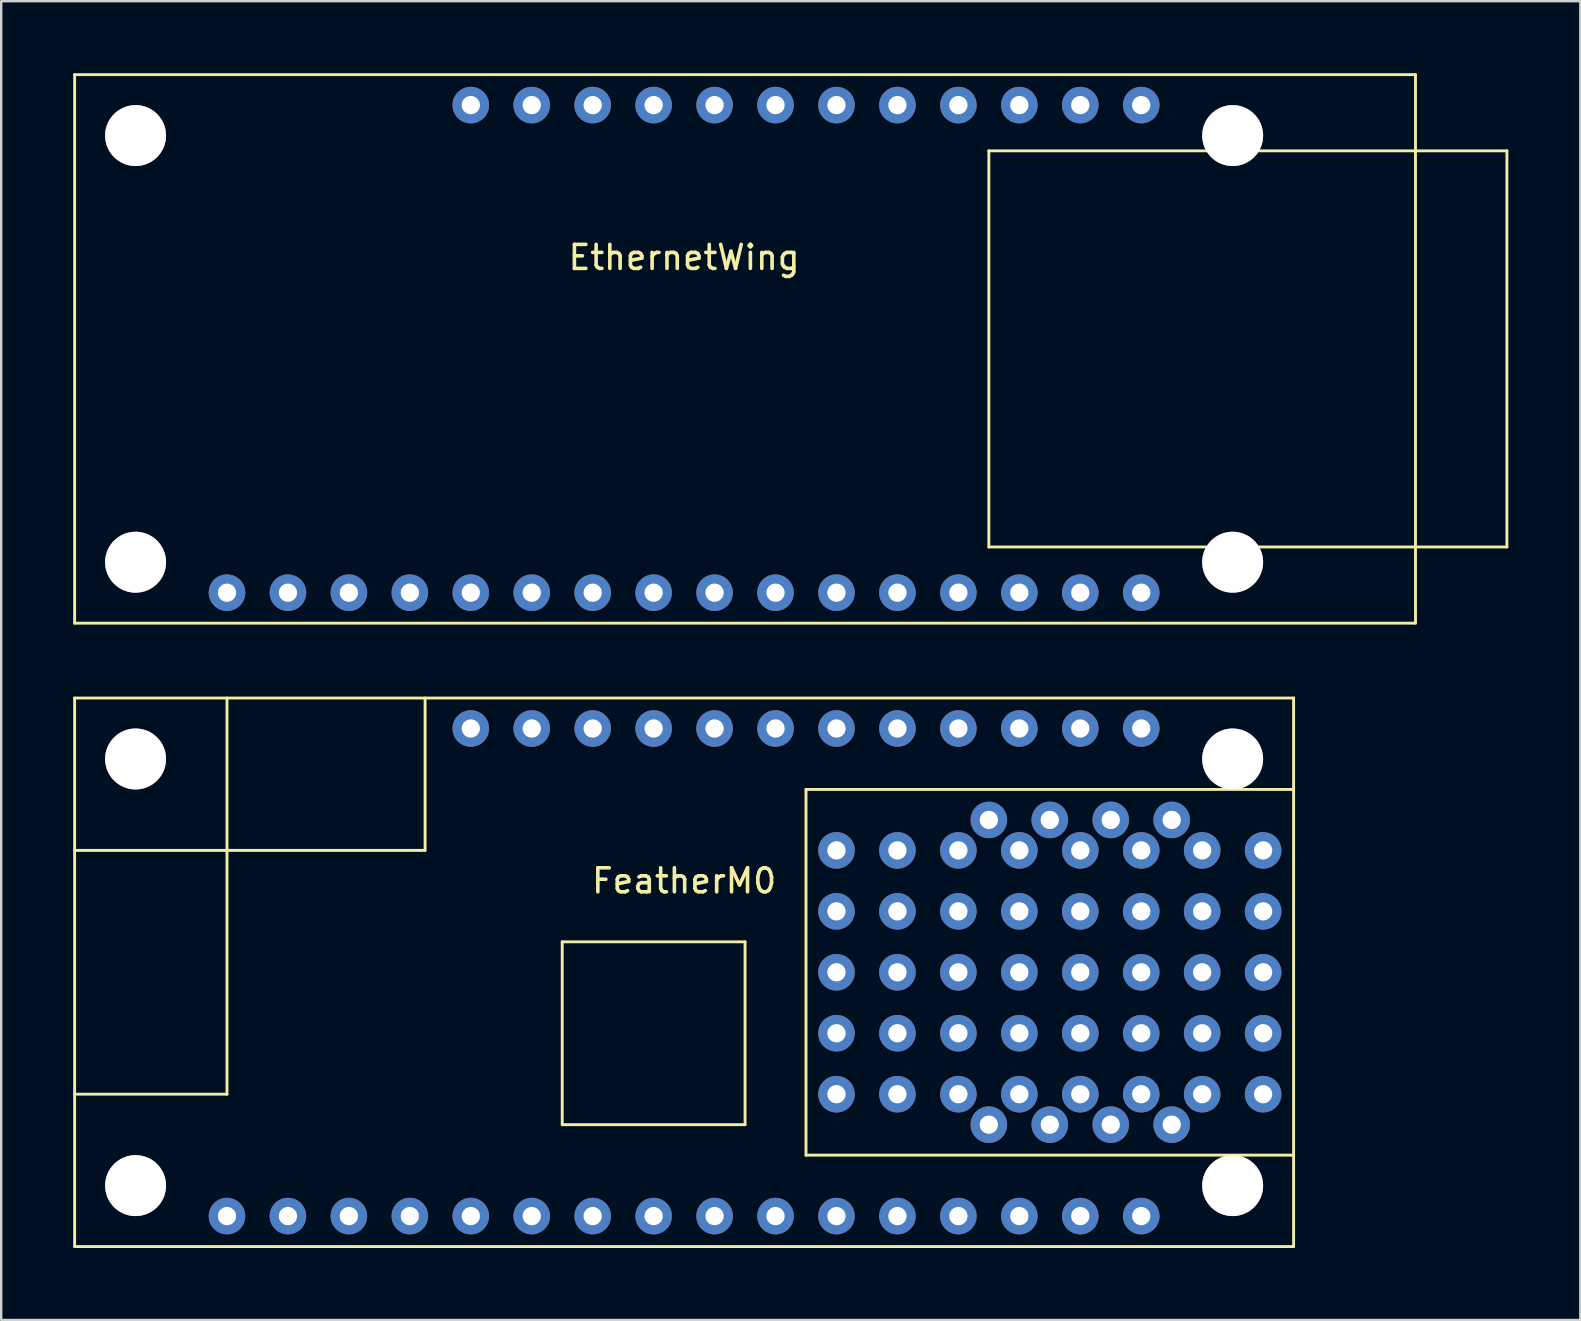
<source format=kicad_pcb>
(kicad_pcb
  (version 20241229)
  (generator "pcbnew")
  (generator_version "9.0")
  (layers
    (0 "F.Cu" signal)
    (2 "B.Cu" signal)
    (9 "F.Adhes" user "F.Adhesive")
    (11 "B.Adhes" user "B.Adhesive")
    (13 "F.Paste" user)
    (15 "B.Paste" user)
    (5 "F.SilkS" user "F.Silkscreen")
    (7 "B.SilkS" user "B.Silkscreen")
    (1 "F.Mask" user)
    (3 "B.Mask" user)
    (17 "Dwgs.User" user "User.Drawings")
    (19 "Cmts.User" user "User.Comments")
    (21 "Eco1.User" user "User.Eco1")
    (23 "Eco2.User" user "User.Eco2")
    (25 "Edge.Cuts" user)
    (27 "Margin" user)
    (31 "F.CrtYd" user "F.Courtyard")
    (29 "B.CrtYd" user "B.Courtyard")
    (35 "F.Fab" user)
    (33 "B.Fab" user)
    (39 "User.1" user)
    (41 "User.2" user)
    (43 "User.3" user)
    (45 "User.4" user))
  (footprint "EthernetWing"
    (layer "F.Cu")
    (at 25.46 11.49)
    (property "Reference" "EthernetWing" (at 0 -3.81 0) (layer "F.SilkS") (effects (font (size 1 1) (thickness 0.15))))
    (attr through_hole)
    (fp_line (start -25.4 -11.43) (end 30.48 -11.43) (stroke (width 0.12) (type solid)) (layer "F.SilkS"))
    (fp_line (start -25.4 11.43) (end -25.4 -11.43) (stroke (width 0.12) (type solid)) (layer "F.SilkS"))
    (fp_line (start 12.7 -8.255) (end 12.7 8.255) (stroke (width 0.12) (type solid)) (layer "F.SilkS"))
    (fp_line (start 12.7 8.255) (end 34.29 8.255) (stroke (width 0.12) (type solid)) (layer "F.SilkS"))
    (fp_line (start 30.48 -11.43) (end 30.48 11.43) (stroke (width 0.12) (type solid)) (layer "F.SilkS"))
    (fp_line (start 30.48 11.43) (end -25.4 11.43) (stroke (width 0.12) (type solid)) (layer "F.SilkS"))
    (fp_line (start 34.29 -8.255) (end 12.7 -8.255) (stroke (width 0.12) (type solid)) (layer "F.SilkS"))
    (fp_line (start 34.29 8.255) (end 34.29 -8.255) (stroke (width 0.12) (type solid)) (layer "F.SilkS"))
    (pad "" thru_hole circle (at -22.86 -8.89) (size 2.54 2.54) (drill 2.54) (layers "*.Cu" "*.Mask"))
    (pad "" thru_hole circle (at -22.86 8.89) (size 2.54 2.54) (drill 2.54) (layers "*.Cu" "*.Mask"))
    (pad "" thru_hole circle (at 22.86 -8.89) (size 2.54 2.54) (drill 2.54) (layers "*.Cu" "*.Mask"))
    (pad "" thru_hole circle (at 22.86 8.89) (size 2.54 2.54) (drill 2.54) (layers "*.Cu" "*.Mask"))
    (pad "1" thru_hole circle (at -19.05 10.16) (size 1.524 1.524) (drill 0.762) (layers "*.Cu" "*.Mask"))
    (pad "2" thru_hole circle (at -16.51 10.16) (size 1.524 1.524) (drill 0.762) (layers "*.Cu" "*.Mask"))
    (pad "3" thru_hole circle (at -13.97 10.16) (size 1.524 1.524) (drill 0.762) (layers "*.Cu" "*.Mask"))
    (pad "4" thru_hole circle (at -11.43 10.16) (size 1.524 1.524) (drill 0.762) (layers "*.Cu" "*.Mask"))
    (pad "5" thru_hole circle (at -8.89 10.16) (size 1.524 1.524) (drill 0.762) (layers "*.Cu" "*.Mask"))
    (pad "6" thru_hole circle (at -6.35 10.16) (size 1.524 1.524) (drill 0.762) (layers "*.Cu" "*.Mask"))
    (pad "7" thru_hole circle (at -3.81 10.16) (size 1.524 1.524) (drill 0.762) (layers "*.Cu" "*.Mask"))
    (pad "8" thru_hole circle (at -1.27 10.16) (size 1.524 1.524) (drill 0.762) (layers "*.Cu" "*.Mask"))
    (pad "9" thru_hole circle (at 1.27 10.16) (size 1.524 1.524) (drill 0.762) (layers "*.Cu" "*.Mask"))
    (pad "10" thru_hole circle (at 3.81 10.16) (size 1.524 1.524) (drill 0.762) (layers "*.Cu" "*.Mask"))
    (pad "11" thru_hole circle (at 6.35 10.16) (size 1.524 1.524) (drill 0.762) (layers "*.Cu" "*.Mask"))
    (pad "12" thru_hole circle (at 8.89 10.16) (size 1.524 1.524) (drill 0.762) (layers "*.Cu" "*.Mask"))
    (pad "13" thru_hole circle (at 11.43 10.16) (size 1.524 1.524) (drill 0.762) (layers "*.Cu" "*.Mask"))
    (pad "14" thru_hole circle (at 13.97 10.16) (size 1.524 1.524) (drill 0.762) (layers "*.Cu" "*.Mask"))
    (pad "15" thru_hole circle (at 16.51 10.16) (size 1.524 1.524) (drill 0.762) (layers "*.Cu" "*.Mask"))
    (pad "16" thru_hole circle (at 19.05 10.16) (size 1.524 1.524) (drill 0.762) (layers "*.Cu" "*.Mask"))
    (pad "17" thru_hole circle (at 19.05 -10.16) (size 1.524 1.524) (drill 0.762) (layers "*.Cu" "*.Mask"))
    (pad "18" thru_hole circle (at 16.51 -10.16) (size 1.524 1.524) (drill 0.762) (layers "*.Cu" "*.Mask"))
    (pad "19" thru_hole circle (at 13.97 -10.16) (size 1.524 1.524) (drill 0.762) (layers "*.Cu" "*.Mask"))
    (pad "20" thru_hole circle (at 11.43 -10.16) (size 1.524 1.524) (drill 0.762) (layers "*.Cu" "*.Mask"))
    (pad "21" thru_hole circle (at 8.89 -10.16) (size 1.524 1.524) (drill 0.762) (layers "*.Cu" "*.Mask"))
    (pad "22" thru_hole circle (at 6.35 -10.16) (size 1.524 1.524) (drill 0.762) (layers "*.Cu" "*.Mask"))
    (pad "23" thru_hole circle (at 3.81 -10.16) (size 1.524 1.524) (drill 0.762) (layers "*.Cu" "*.Mask"))
    (pad "24" thru_hole circle (at 1.27 -10.16) (size 1.524 1.524) (drill 0.762) (layers "*.Cu" "*.Mask"))
    (pad "25" thru_hole circle (at -1.27 -10.16) (size 1.524 1.524) (drill 0.762) (layers "*.Cu" "*.Mask"))
    (pad "26" thru_hole circle (at -3.81 -10.16) (size 1.524 1.524) (drill 0.762) (layers "*.Cu" "*.Mask"))
    (pad "27" thru_hole circle (at -6.35 -10.16) (size 1.524 1.524) (drill 0.762) (layers "*.Cu" "*.Mask"))
    (pad "28" thru_hole circle (at -8.89 -10.16) (size 1.524 1.524) (drill 0.762) (layers "*.Cu" "*.Mask")))
  (footprint "FeatherM0"
    (layer "F.Cu")
    (at 25.46 37.47)
    (property "Reference" "FeatherM0" (at 0 -3.81 0) (layer "F.SilkS") (effects (font (size 1 1) (thickness 0.15))))
    (attr through_hole)
    (fp_line (start -25.4 -11.43) (end 25.4 -11.43) (stroke (width 0.12) (type solid)) (layer "F.SilkS"))
    (fp_line (start -25.4 -5.08) (end -19.05 -5.08) (stroke (width 0.12) (type solid)) (layer "F.SilkS"))
    (fp_line (start -25.4 11.43) (end -25.4 -11.43) (stroke (width 0.12) (type solid)) (layer "F.SilkS"))
    (fp_line (start -19.05 -5.08) (end -19.05 -11.43) (stroke (width 0.12) (type solid)) (layer "F.SilkS"))
    (fp_line (start -19.05 -5.08) (end -19.05 5.08) (stroke (width 0.12) (type solid)) (layer "F.SilkS"))
    (fp_line (start -19.05 5.08) (end -25.4 5.08) (stroke (width 0.12) (type solid)) (layer "F.SilkS"))
    (fp_line (start -10.795 -11.43) (end -10.795 -5.08) (stroke (width 0.12) (type solid)) (layer "F.SilkS"))
    (fp_line (start -10.795 -5.08) (end -19.05 -5.08) (stroke (width 0.12) (type solid)) (layer "F.SilkS"))
    (fp_line (start -5.08 -1.27) (end -5.08 6.35) (stroke (width 0.12) (type solid)) (layer "F.SilkS"))
    (fp_line (start -5.08 6.35) (end 2.54 6.35) (stroke (width 0.12) (type solid)) (layer "F.SilkS"))
    (fp_line (start 2.54 -1.27) (end -5.08 -1.27) (stroke (width 0.12) (type solid)) (layer "F.SilkS"))
    (fp_line (start 2.54 6.35) (end 2.54 -1.27) (stroke (width 0.12) (type solid)) (layer "F.SilkS"))
    (fp_line (start 5.08 -7.62) (end 25.4 -7.62) (stroke (width 0.12) (type solid)) (layer "F.SilkS"))
    (fp_line (start 5.08 7.62) (end 5.08 -7.62) (stroke (width 0.12) (type solid)) (layer "F.SilkS"))
    (fp_line (start 5.08 7.62) (end 25.4 7.62) (stroke (width 0.12) (type solid)) (layer "F.SilkS"))
    (fp_line (start 25.4 -11.43) (end 25.4 11.43) (stroke (width 0.12) (type solid)) (layer "F.SilkS"))
    (fp_line (start 25.4 11.43) (end -25.4 11.43) (stroke (width 0.12) (type solid)) (layer "F.SilkS"))
    (pad "" thru_hole circle (at -22.86 -8.89) (size 2.54 2.54) (drill 2.54) (layers "*.Cu" "*.Mask"))
    (pad "" thru_hole circle (at -22.86 8.89) (size 2.54 2.54) (drill 2.54) (layers "*.Cu" "*.Mask"))
    (pad "" thru_hole circle (at 6.35 -5.08) (size 1.524 1.524) (drill 0.762) (layers "*.Cu" "*.Mask"))
    (pad "" thru_hole circle (at 6.35 -2.54) (size 1.524 1.524) (drill 0.762) (layers "*.Cu" "*.Mask"))
    (pad "" thru_hole circle (at 6.35 0) (size 1.524 1.524) (drill 0.762) (layers "*.Cu" "*.Mask"))
    (pad "" thru_hole circle (at 6.35 2.54) (size 1.524 1.524) (drill 0.762) (layers "*.Cu" "*.Mask"))
    (pad "" thru_hole circle (at 6.35 5.08) (size 1.524 1.524) (drill 0.762) (layers "*.Cu" "*.Mask"))
    (pad "" thru_hole circle (at 8.89 -5.08) (size 1.524 1.524) (drill 0.762) (layers "*.Cu" "*.Mask"))
    (pad "" thru_hole circle (at 8.89 -2.54) (size 1.524 1.524) (drill 0.762) (layers "*.Cu" "*.Mask"))
    (pad "" thru_hole circle (at 8.89 0) (size 1.524 1.524) (drill 0.762) (layers "*.Cu" "*.Mask"))
    (pad "" thru_hole circle (at 8.89 2.54) (size 1.524 1.524) (drill 0.762) (layers "*.Cu" "*.Mask"))
    (pad "" thru_hole circle (at 8.89 5.08) (size 1.524 1.524) (drill 0.762) (layers "*.Cu" "*.Mask"))
    (pad "" thru_hole circle (at 11.43 -5.08) (size 1.524 1.524) (drill 0.762) (layers "*.Cu" "*.Mask"))
    (pad "" thru_hole circle (at 11.43 -2.54) (size 1.524 1.524) (drill 0.762) (layers "*.Cu" "*.Mask"))
    (pad "" thru_hole circle (at 11.43 0) (size 1.524 1.524) (drill 0.762) (layers "*.Cu" "*.Mask"))
    (pad "" thru_hole circle (at 11.43 2.54) (size 1.524 1.524) (drill 0.762) (layers "*.Cu" "*.Mask"))
    (pad "" thru_hole circle (at 11.43 5.08) (size 1.524 1.524) (drill 0.762) (layers "*.Cu" "*.Mask"))
    (pad "" thru_hole circle (at 13.97 -5.08) (size 1.524 1.524) (drill 0.762) (layers "*.Cu" "*.Mask"))
    (pad "" thru_hole circle (at 13.97 -2.54) (size 1.524 1.524) (drill 0.762) (layers "*.Cu" "*.Mask"))
    (pad "" thru_hole circle (at 13.97 0) (size 1.524 1.524) (drill 0.762) (layers "*.Cu" "*.Mask"))
    (pad "" thru_hole circle (at 13.97 2.54) (size 1.524 1.524) (drill 0.762) (layers "*.Cu" "*.Mask"))
    (pad "" thru_hole circle (at 13.97 5.08) (size 1.524 1.524) (drill 0.762) (layers "*.Cu" "*.Mask"))
    (pad "" thru_hole circle (at 16.51 -5.08) (size 1.524 1.524) (drill 0.762) (layers "*.Cu" "*.Mask"))
    (pad "" thru_hole circle (at 16.51 -2.54) (size 1.524 1.524) (drill 0.762) (layers "*.Cu" "*.Mask"))
    (pad "" thru_hole circle (at 16.51 0) (size 1.524 1.524) (drill 0.762) (layers "*.Cu" "*.Mask"))
    (pad "" thru_hole circle (at 16.51 2.54) (size 1.524 1.524) (drill 0.762) (layers "*.Cu" "*.Mask"))
    (pad "" thru_hole circle (at 16.51 5.08) (size 1.524 1.524) (drill 0.762) (layers "*.Cu" "*.Mask"))
    (pad "" thru_hole circle (at 19.05 -5.08) (size 1.524 1.524) (drill 0.762) (layers "*.Cu" "*.Mask"))
    (pad "" thru_hole circle (at 19.05 -2.54) (size 1.524 1.524) (drill 0.762) (layers "*.Cu" "*.Mask"))
    (pad "" thru_hole circle (at 19.05 0) (size 1.524 1.524) (drill 0.762) (layers "*.Cu" "*.Mask"))
    (pad "" thru_hole circle (at 19.05 2.54) (size 1.524 1.524) (drill 0.762) (layers "*.Cu" "*.Mask"))
    (pad "" thru_hole circle (at 19.05 5.08) (size 1.524 1.524) (drill 0.762) (layers "*.Cu" "*.Mask"))
    (pad "" thru_hole circle (at 21.59 -5.08) (size 1.524 1.524) (drill 0.762) (layers "*.Cu" "*.Mask"))
    (pad "" thru_hole circle (at 21.59 -2.54) (size 1.524 1.524) (drill 0.762) (layers "*.Cu" "*.Mask"))
    (pad "" thru_hole circle (at 21.59 0) (size 1.524 1.524) (drill 0.762) (layers "*.Cu" "*.Mask"))
    (pad "" thru_hole circle (at 21.59 2.54) (size 1.524 1.524) (drill 0.762) (layers "*.Cu" "*.Mask"))
    (pad "" thru_hole circle (at 21.59 5.08) (size 1.524 1.524) (drill 0.762) (layers "*.Cu" "*.Mask"))
    (pad "" thru_hole circle (at 22.86 -8.89) (size 2.54 2.54) (drill 2.54) (layers "*.Cu" "*.Mask"))
    (pad "" thru_hole circle (at 22.86 8.89) (size 2.54 2.54) (drill 2.54) (layers "*.Cu" "*.Mask"))
    (pad "" thru_hole circle (at 24.13 -5.08) (size 1.524 1.524) (drill 0.762) (layers "*.Cu" "*.Mask"))
    (pad "" thru_hole circle (at 24.13 -2.54) (size 1.524 1.524) (drill 0.762) (layers "*.Cu" "*.Mask"))
    (pad "" thru_hole circle (at 24.13 0) (size 1.524 1.524) (drill 0.762) (layers "*.Cu" "*.Mask"))
    (pad "" thru_hole circle (at 24.13 2.54) (size 1.524 1.524) (drill 0.762) (layers "*.Cu" "*.Mask"))
    (pad "" thru_hole circle (at 24.13 5.08) (size 1.524 1.524) (drill 0.762) (layers "*.Cu" "*.Mask"))
    (pad "1" thru_hole circle (at -19.05 10.16) (size 1.524 1.524) (drill 0.762) (layers "*.Cu" "*.Mask"))
    (pad "2" thru_hole circle (at -16.51 10.16) (size 1.524 1.524) (drill 0.762) (layers "*.Cu" "*.Mask"))
    (pad "2" thru_hole circle (at 12.7 -6.35) (size 1.524 1.524) (drill 0.762) (layers "*.Cu" "*.Mask"))
    (pad "2" thru_hole circle (at 15.24 -6.35) (size 1.524 1.524) (drill 0.762) (layers "*.Cu" "*.Mask"))
    (pad "2" thru_hole circle (at 17.78 -6.35) (size 1.524 1.524) (drill 0.762) (layers "*.Cu" "*.Mask"))
    (pad "2" thru_hole circle (at 20.32 -6.35) (size 1.524 1.524) (drill 0.762) (layers "*.Cu" "*.Mask"))
    (pad "3" thru_hole circle (at -13.97 10.16) (size 1.524 1.524) (drill 0.762) (layers "*.Cu" "*.Mask"))
    (pad "4" thru_hole circle (at -11.43 10.16) (size 1.524 1.524) (drill 0.762) (layers "*.Cu" "*.Mask"))
    (pad "4" thru_hole circle (at 12.7 6.35) (size 1.524 1.524) (drill 0.762) (layers "*.Cu" "*.Mask"))
    (pad "4" thru_hole circle (at 15.24 6.35) (size 1.524 1.524) (drill 0.762) (layers "*.Cu" "*.Mask"))
    (pad "4" thru_hole circle (at 17.78 6.35) (size 1.524 1.524) (drill 0.762) (layers "*.Cu" "*.Mask"))
    (pad "4" thru_hole circle (at 20.32 6.35) (size 1.524 1.524) (drill 0.762) (layers "*.Cu" "*.Mask"))
    (pad "5" thru_hole circle (at -8.89 10.16) (size 1.524 1.524) (drill 0.762) (layers "*.Cu" "*.Mask"))
    (pad "6" thru_hole circle (at -6.35 10.16) (size 1.524 1.524) (drill 0.762) (layers "*.Cu" "*.Mask"))
    (pad "7" thru_hole circle (at -3.81 10.16) (size 1.524 1.524) (drill 0.762) (layers "*.Cu" "*.Mask"))
    (pad "8" thru_hole circle (at -1.27 10.16) (size 1.524 1.524) (drill 0.762) (layers "*.Cu" "*.Mask"))
    (pad "9" thru_hole circle (at 1.27 10.16) (size 1.524 1.524) (drill 0.762) (layers "*.Cu" "*.Mask"))
    (pad "10" thru_hole circle (at 3.81 10.16) (size 1.524 1.524) (drill 0.762) (layers "*.Cu" "*.Mask"))
    (pad "11" thru_hole circle (at 6.35 10.16) (size 1.524 1.524) (drill 0.762) (layers "*.Cu" "*.Mask"))
    (pad "12" thru_hole circle (at 8.89 10.16) (size 1.524 1.524) (drill 0.762) (layers "*.Cu" "*.Mask"))
    (pad "13" thru_hole circle (at 11.43 10.16) (size 1.524 1.524) (drill 0.762) (layers "*.Cu" "*.Mask"))
    (pad "14" thru_hole circle (at 13.97 10.16) (size 1.524 1.524) (drill 0.762) (layers "*.Cu" "*.Mask"))
    (pad "15" thru_hole circle (at 16.51 10.16) (size 1.524 1.524) (drill 0.762) (layers "*.Cu" "*.Mask"))
    (pad "16" thru_hole circle (at 19.05 10.16) (size 1.524 1.524) (drill 0.762) (layers "*.Cu" "*.Mask"))
    (pad "17" thru_hole circle (at 19.05 -10.16) (size 1.524 1.524) (drill 0.762) (layers "*.Cu" "*.Mask"))
    (pad "18" thru_hole circle (at 16.51 -10.16) (size 1.524 1.524) (drill 0.762) (layers "*.Cu" "*.Mask"))
    (pad "19" thru_hole circle (at 13.97 -10.16) (size 1.524 1.524) (drill 0.762) (layers "*.Cu" "*.Mask"))
    (pad "20" thru_hole circle (at 11.43 -10.16) (size 1.524 1.524) (drill 0.762) (layers "*.Cu" "*.Mask"))
    (pad "21" thru_hole circle (at 8.89 -10.16) (size 1.524 1.524) (drill 0.762) (layers "*.Cu" "*.Mask"))
    (pad "22" thru_hole circle (at 6.35 -10.16) (size 1.524 1.524) (drill 0.762) (layers "*.Cu" "*.Mask"))
    (pad "23" thru_hole circle (at 3.81 -10.16) (size 1.524 1.524) (drill 0.762) (layers "*.Cu" "*.Mask"))
    (pad "24" thru_hole circle (at 1.27 -10.16) (size 1.524 1.524) (drill 0.762) (layers "*.Cu" "*.Mask"))
    (pad "25" thru_hole circle (at -1.27 -10.16) (size 1.524 1.524) (drill 0.762) (layers "*.Cu" "*.Mask"))
    (pad "26" thru_hole circle (at -3.81 -10.16) (size 1.524 1.524) (drill 0.762) (layers "*.Cu" "*.Mask"))
    (pad "27" thru_hole circle (at -6.35 -10.16) (size 1.524 1.524) (drill 0.762) (layers "*.Cu" "*.Mask"))
    (pad "28" thru_hole circle (at -8.89 -10.16) (size 1.524 1.524) (drill 0.762) (layers "*.Cu" "*.Mask")))
  (gr_rect
    (start -3 -3)
    (end 62.81 51.96)
    (stroke (width 0.1) (type default))
    (fill no)
    (layer "Edge.Cuts")))
</source>
